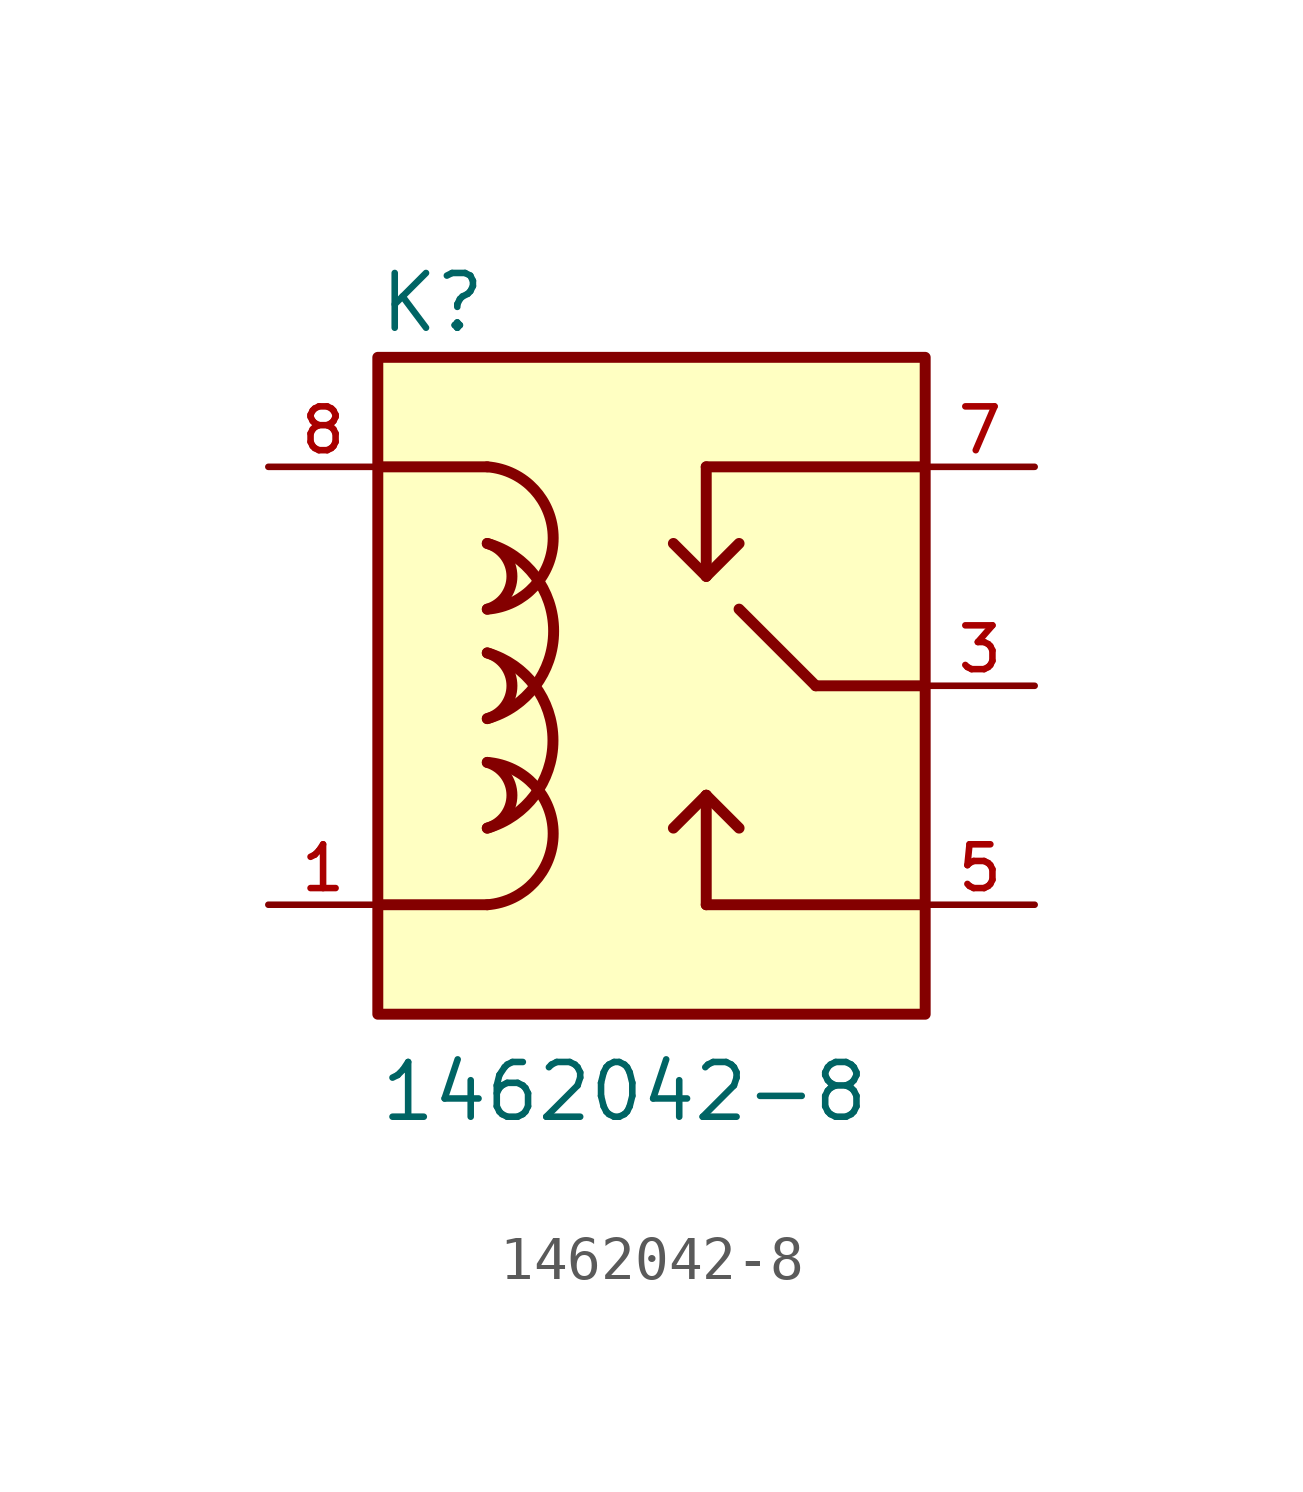
<source format=kicad_sym>
(kicad_symbol_lib
  (version 20211014)
  (generator kicad_symbol_editor)
  (symbol "1462042-8"
    (pin_names
      (offset 1.016))
    (property "Reference" "K"
      (at -5.09 8.144 0)
      (effects (font (size 1.27 1.27)) (justify bottom left)))
    (property "Value" "1462042-8"
      (at -5.081 -10.162 0)
      (effects (font (size 1.27 1.27)) (justify bottom left)))
    (symbol "1462042-8_0_0"
      (arc (start -2.54 5.08) (mid -1.0112 3.4405) (end -2.54 1.778) (stroke (width 0.254) (type default) (color 0 0 0 0)) (fill (type none)))
      (arc (start -2.54 1.778) (mid -3.5561 2.5437) (end -2.54 3.302) (stroke (width 0.254) (type default) (color 0 0 0 0)) (fill (type none)))
      (arc (start -2.54 3.302) (mid -1.0007 1.2593) (end -2.54 -0.762) (stroke (width 0.254) (type default) (color 0 0 0 0)) (fill (type none)))
      (arc (start -2.54 -0.762) (mid -3.5561 0.0037) (end -2.54 0.762) (stroke (width 0.254) (type default) (color 0 0 0 0)) (fill (type none)))
      (arc (start -2.54 0.762) (mid -1.016 -1.2604) (end -2.54 -3.302) (stroke (width 0.254) (type default) (color 0 0 0 0)) (fill (type none)))
      (arc (start -2.54 -3.302) (mid -3.5561 -2.5363) (end -2.54 -1.778) (stroke (width 0.254) (type default) (color 0 0 0 0)) (fill (type none)))
      (polyline (pts (xy 7.62 5.08) (xy 2.54 5.08)) (stroke (width 0.254)))
      (polyline (pts (xy 2.54 5.08) (xy 2.54 2.54)) (stroke (width 0.254)))
      (polyline (pts (xy 7.62 -5.08) (xy 2.54 -5.08)) (stroke (width 0.254)))
      (polyline (pts (xy 2.54 -5.08) (xy 2.54 -2.54)) (stroke (width 0.254)))
      (polyline (pts (xy 7.62 0.0) (xy 5.08 0.0)) (stroke (width 0.254)))
      (polyline (pts (xy 5.08 0.0) (xy 3.302 1.778)) (stroke (width 0.254)))
      (polyline (pts (xy 2.54 2.54) (xy 3.302 3.302)) (stroke (width 0.254)))
      (polyline (pts (xy 2.54 2.54) (xy 1.778 3.302)) (stroke (width 0.254)))
      (polyline (pts (xy 2.54 -2.54) (xy 3.302 -3.302)) (stroke (width 0.254)))
      (polyline (pts (xy 2.54 -2.54) (xy 1.778 -3.302)) (stroke (width 0.254)))
      (polyline (pts (xy -5.08 5.08) (xy -2.54 5.08)) (stroke (width 0.254)))
      (arc (start -2.54 -1.778) (mid -1.0112 -3.4175) (end -2.54 -5.08) (stroke (width 0.254) (type default) (color 0 0 0 0)) (fill (type none)))
      (polyline (pts (xy -5.08 -5.08) (xy -2.54 -5.08)) (stroke (width 0.254)))
      (rectangle (start -5.08 -7.62) (end 7.62 7.62) (stroke (width 0.254)) (fill (type background)))
      (pin passive line (at -7.62 5.08 0) (length 2.54) (name "~" (effects (font (size 1.016 1.016)))) (number "8" (effects (font (size 1.016 1.016)))))
      (pin passive line (at -7.62 -5.08 0) (length 2.54) (name "~" (effects (font (size 1.016 1.016)))) (number "1" (effects (font (size 1.016 1.016)))))
      (pin passive line (at 10.16 5.08 180.0) (length 2.54) (name "~" (effects (font (size 1.016 1.016)))) (number "7" (effects (font (size 1.016 1.016)))))
      (pin passive line (at 10.16 0.0 180.0) (length 2.54) (name "~" (effects (font (size 1.016 1.016)))) (number "3" (effects (font (size 1.016 1.016)))))
      (pin passive line (at 10.16 -5.08 180.0) (length 2.54) (name "~" (effects (font (size 1.016 1.016)))) (number "5" (effects (font (size 1.016 1.016))))))))
</source>
